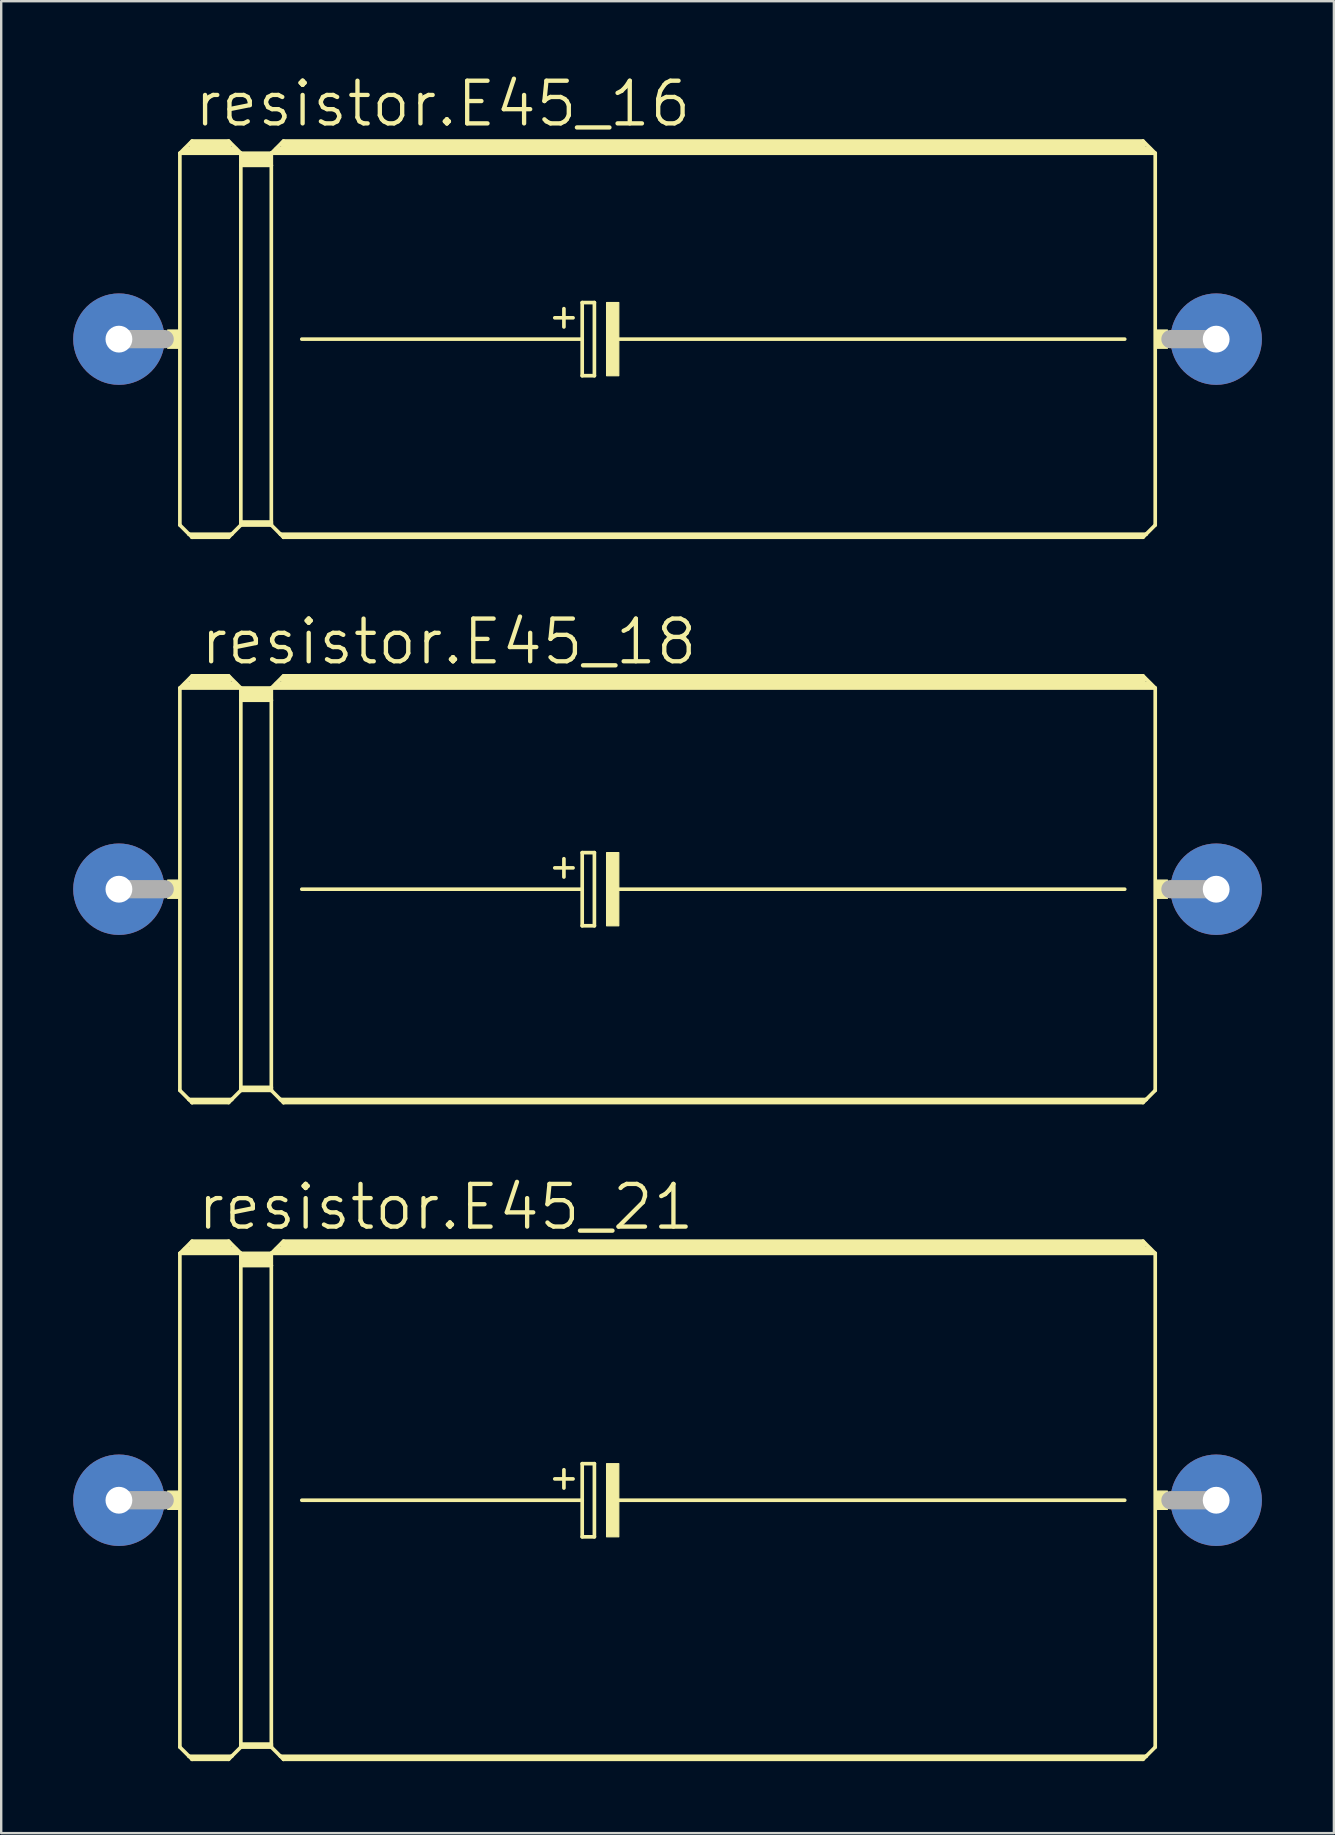
<source format=kicad_pcb>
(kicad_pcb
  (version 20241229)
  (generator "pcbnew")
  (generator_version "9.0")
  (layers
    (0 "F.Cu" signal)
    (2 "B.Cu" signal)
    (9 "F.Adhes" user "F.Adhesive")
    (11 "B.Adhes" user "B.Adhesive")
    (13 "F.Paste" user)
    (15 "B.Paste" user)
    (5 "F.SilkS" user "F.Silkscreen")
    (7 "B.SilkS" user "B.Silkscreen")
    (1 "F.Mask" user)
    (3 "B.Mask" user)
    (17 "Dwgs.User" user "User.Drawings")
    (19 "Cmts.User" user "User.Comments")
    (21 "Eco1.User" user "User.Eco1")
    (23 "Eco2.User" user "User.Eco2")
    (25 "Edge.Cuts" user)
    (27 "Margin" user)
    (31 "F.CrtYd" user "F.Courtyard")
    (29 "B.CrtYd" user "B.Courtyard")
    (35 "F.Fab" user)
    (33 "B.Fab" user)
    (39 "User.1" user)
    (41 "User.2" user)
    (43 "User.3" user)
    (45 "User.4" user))
  (footprint "resistor.E45_18"
    (layer "F.Cu")
    (at 24.765 34.001)
    (property "Reference" "resistor.E45_18" (at -19.558 -9.271 0) (layer "F.SilkS") (effects (font (size 1.778 1.778) (thickness 0.18)) (justify left bottom)))
    (attr through_hole)
    (fp_line (start -20.32 -8.382) (end -20.32 8.382) (stroke (width 0.152) (type default)) (layer "F.SilkS"))
    (fp_line (start -20.32 -8.382) (end -19.812 -8.89) (stroke (width 0.152) (type default)) (layer "F.SilkS"))
    (fp_line (start -20.32 -8.382) (end -17.78 -8.382) (stroke (width 0.152) (type default)) (layer "F.SilkS"))
    (fp_line (start -20.32 8.382) (end -19.939 8.763) (stroke (width 0.152) (type default)) (layer "F.SilkS"))
    (fp_line (start -20.066 -8.509) (end -18.034 -8.509) (stroke (width 0.305) (type default)) (layer "F.SilkS"))
    (fp_line (start -19.939 8.763) (end -19.812 8.89) (stroke (width 0.152) (type default)) (layer "F.SilkS"))
    (fp_line (start -19.939 8.763) (end -18.161 8.763) (stroke (width 0.152) (type default)) (layer "F.SilkS"))
    (fp_line (start -19.812 -8.89) (end -18.288 -8.89) (stroke (width 0.152) (type default)) (layer "F.SilkS"))
    (fp_line (start -19.812 -8.763) (end -18.288 -8.763) (stroke (width 0.305) (type default)) (layer "F.SilkS"))
    (fp_line (start -19.812 8.839) (end -18.288 8.839) (stroke (width 0.152) (type default)) (layer "F.SilkS"))
    (fp_line (start -19.812 8.89) (end -19.812 8.839) (stroke (width 0.152) (type default)) (layer "F.SilkS"))
    (fp_line (start -19.812 8.89) (end -18.288 8.89) (stroke (width 0.152) (type default)) (layer "F.SilkS"))
    (fp_line (start -18.288 -8.89) (end -17.78 -8.382) (stroke (width 0.152) (type default)) (layer "F.SilkS"))
    (fp_line (start -18.288 8.89) (end -18.161 8.763) (stroke (width 0.152) (type default)) (layer "F.SilkS"))
    (fp_line (start -18.161 8.763) (end -17.78 8.382) (stroke (width 0.152) (type default)) (layer "F.SilkS"))
    (fp_line (start -17.78 -8.382) (end -16.51 -8.382) (stroke (width 0.152) (type default)) (layer "F.SilkS"))
    (fp_line (start -17.78 -7.874) (end -17.78 -8.382) (stroke (width 0.152) (type default)) (layer "F.SilkS"))
    (fp_line (start -17.78 -7.874) (end -16.51 -7.874) (stroke (width 0.152) (type default)) (layer "F.SilkS"))
    (fp_line (start -17.78 8.255) (end -17.78 -7.874) (stroke (width 0.152) (type default)) (layer "F.SilkS"))
    (fp_line (start -17.78 8.255) (end -16.51 8.255) (stroke (width 0.152) (type default)) (layer "F.SilkS"))
    (fp_line (start -17.78 8.331) (end -17.78 8.255) (stroke (width 0.152) (type default)) (layer "F.SilkS"))
    (fp_line (start -17.78 8.331) (end -16.51 8.331) (stroke (width 0.152) (type default)) (layer "F.SilkS"))
    (fp_line (start -17.78 8.382) (end -17.78 8.331) (stroke (width 0.152) (type default)) (layer "F.SilkS"))
    (fp_line (start -17.78 8.382) (end -16.51 8.382) (stroke (width 0.152) (type default)) (layer "F.SilkS"))
    (fp_line (start -17.653 -8.255) (end -16.637 -8.255) (stroke (width 0.305) (type default)) (layer "F.SilkS"))
    (fp_line (start -17.653 -8.001) (end -16.637 -8.001) (stroke (width 0.305) (type default)) (layer "F.SilkS"))
    (fp_line (start -16.51 -8.382) (end -16.002 -8.89) (stroke (width 0.152) (type default)) (layer "F.SilkS"))
    (fp_line (start -16.51 -8.382) (end 20.32 -8.382) (stroke (width 0.152) (type default)) (layer "F.SilkS"))
    (fp_line (start -16.51 -7.874) (end -16.51 -8.382) (stroke (width 0.152) (type default)) (layer "F.SilkS"))
    (fp_line (start -16.51 8.255) (end -16.51 -7.874) (stroke (width 0.152) (type default)) (layer "F.SilkS"))
    (fp_line (start -16.51 8.331) (end -16.51 8.255) (stroke (width 0.152) (type default)) (layer "F.SilkS"))
    (fp_line (start -16.51 8.382) (end -16.51 8.331) (stroke (width 0.152) (type default)) (layer "F.SilkS"))
    (fp_line (start -16.51 8.382) (end -16.129 8.763) (stroke (width 0.152) (type default)) (layer "F.SilkS"))
    (fp_line (start -16.256 -8.509) (end 20.066 -8.509) (stroke (width 0.305) (type default)) (layer "F.SilkS"))
    (fp_line (start -16.129 8.763) (end -16.002 8.89) (stroke (width 0.152) (type default)) (layer "F.SilkS"))
    (fp_line (start -16.129 8.763) (end 19.939 8.763) (stroke (width 0.152) (type default)) (layer "F.SilkS"))
    (fp_line (start -16.002 -8.89) (end 19.812 -8.89) (stroke (width 0.152) (type default)) (layer "F.SilkS"))
    (fp_line (start -16.002 -8.763) (end 19.812 -8.763) (stroke (width 0.305) (type default)) (layer "F.SilkS"))
    (fp_line (start -16.002 8.839) (end 19.812 8.839) (stroke (width 0.152) (type default)) (layer "F.SilkS"))
    (fp_line (start -16.002 8.89) (end -16.002 8.839) (stroke (width 0.152) (type default)) (layer "F.SilkS"))
    (fp_line (start -16.002 8.89) (end 19.812 8.89) (stroke (width 0.152) (type default)) (layer "F.SilkS"))
    (fp_line (start -15.24 0) (end -3.556 0) (stroke (width 0.152) (type default)) (layer "F.SilkS"))
    (fp_line (start -4.699 -0.889) (end -3.937 -0.889) (stroke (width 0.152) (type default)) (layer "F.SilkS"))
    (fp_line (start -4.318 -1.27) (end -4.318 -0.508) (stroke (width 0.152) (type default)) (layer "F.SilkS"))
    (fp_line (start -3.556 -1.524) (end -3.556 0) (stroke (width 0.152) (type default)) (layer "F.SilkS"))
    (fp_line (start -3.556 0) (end -3.556 1.524) (stroke (width 0.152) (type default)) (layer "F.SilkS"))
    (fp_line (start -3.556 1.524) (end -3.048 1.524) (stroke (width 0.152) (type default)) (layer "F.SilkS"))
    (fp_line (start -3.048 -1.524) (end -3.556 -1.524) (stroke (width 0.152) (type default)) (layer "F.SilkS"))
    (fp_line (start -3.048 1.524) (end -3.048 -1.524) (stroke (width 0.152) (type default)) (layer "F.SilkS"))
    (fp_line (start -2.159 0) (end 19.05 0) (stroke (width 0.152) (type default)) (layer "F.SilkS"))
    (fp_line (start 19.812 -8.89) (end 20.32 -8.382) (stroke (width 0.152) (type default)) (layer "F.SilkS"))
    (fp_line (start 19.812 8.89) (end 19.939 8.763) (stroke (width 0.152) (type default)) (layer "F.SilkS"))
    (fp_line (start 19.939 8.763) (end 20.32 8.382) (stroke (width 0.152) (type default)) (layer "F.SilkS"))
    (fp_line (start 20.32 -8.382) (end 20.32 8.382) (stroke (width 0.152) (type default)) (layer "F.SilkS"))
    (fp_rect (start -20.828 0.381) (end -20.32 -0.381) (stroke (width 0.05) (type default)) (fill yes) (layer "F.SilkS"))
    (fp_rect (start -2.54 1.524) (end -2.032 -1.524) (stroke (width 0.05) (type default)) (fill yes) (layer "F.SilkS"))
    (fp_rect (start 20.32 0.381) (end 20.828 -0.381) (stroke (width 0.05) (type default)) (fill yes) (layer "F.SilkS"))
    (fp_line (start -22.86 0) (end -20.955 0) (stroke (width 0.762) (type default)) (layer "F.Fab"))
    (fp_line (start 22.86 0) (end 20.955 0) (stroke (width 0.762) (type default)) (layer "F.Fab"))
    (pad "+" thru_hole circle (at -22.86 0) (size 3.81 3.81) (drill 1.118) (layers "*.Cu" "*.Mask"))
    (pad "-" thru_hole circle (at 22.86 0) (size 3.81 3.81) (drill 1.118) (layers "*.Cu" "*.Mask")))
  (footprint "resistor.E45_21"
    (layer "F.Cu")
    (at 24.765 59.461)
    (property "Reference" "resistor.E45_21" (at -19.685 -11.176 0) (layer "F.SilkS") (effects (font (size 1.778 1.778) (thickness 0.18)) (justify left bottom)))
    (attr through_hole)
    (fp_line (start -20.32 -10.287) (end -20.32 10.287) (stroke (width 0.152) (type default)) (layer "F.SilkS"))
    (fp_line (start -20.32 -10.287) (end -19.812 -10.795) (stroke (width 0.152) (type default)) (layer "F.SilkS"))
    (fp_line (start -20.32 -10.287) (end -17.78 -10.287) (stroke (width 0.152) (type default)) (layer "F.SilkS"))
    (fp_line (start -20.32 10.287) (end -19.939 10.668) (stroke (width 0.152) (type default)) (layer "F.SilkS"))
    (fp_line (start -20.066 -10.414) (end -18.034 -10.414) (stroke (width 0.305) (type default)) (layer "F.SilkS"))
    (fp_line (start -19.939 10.668) (end -19.812 10.795) (stroke (width 0.152) (type default)) (layer "F.SilkS"))
    (fp_line (start -19.939 10.668) (end -18.161 10.668) (stroke (width 0.152) (type default)) (layer "F.SilkS"))
    (fp_line (start -19.812 -10.795) (end -18.288 -10.795) (stroke (width 0.152) (type default)) (layer "F.SilkS"))
    (fp_line (start -19.812 -10.668) (end -18.288 -10.668) (stroke (width 0.305) (type default)) (layer "F.SilkS"))
    (fp_line (start -19.812 10.744) (end -18.288 10.744) (stroke (width 0.152) (type default)) (layer "F.SilkS"))
    (fp_line (start -19.812 10.795) (end -19.812 10.744) (stroke (width 0.152) (type default)) (layer "F.SilkS"))
    (fp_line (start -19.812 10.795) (end -18.288 10.795) (stroke (width 0.152) (type default)) (layer "F.SilkS"))
    (fp_line (start -18.288 -10.795) (end -17.78 -10.287) (stroke (width 0.152) (type default)) (layer "F.SilkS"))
    (fp_line (start -18.288 10.795) (end -18.161 10.668) (stroke (width 0.152) (type default)) (layer "F.SilkS"))
    (fp_line (start -18.161 10.668) (end -17.78 10.287) (stroke (width 0.152) (type default)) (layer "F.SilkS"))
    (fp_line (start -17.78 -10.287) (end -16.51 -10.287) (stroke (width 0.152) (type default)) (layer "F.SilkS"))
    (fp_line (start -17.78 -9.779) (end -17.78 -10.287) (stroke (width 0.152) (type default)) (layer "F.SilkS"))
    (fp_line (start -17.78 -9.779) (end -16.51 -9.779) (stroke (width 0.152) (type default)) (layer "F.SilkS"))
    (fp_line (start -17.78 10.16) (end -17.78 -9.779) (stroke (width 0.152) (type default)) (layer "F.SilkS"))
    (fp_line (start -17.78 10.16) (end -16.51 10.16) (stroke (width 0.152) (type default)) (layer "F.SilkS"))
    (fp_line (start -17.78 10.236) (end -17.78 10.16) (stroke (width 0.152) (type default)) (layer "F.SilkS"))
    (fp_line (start -17.78 10.236) (end -16.51 10.236) (stroke (width 0.152) (type default)) (layer "F.SilkS"))
    (fp_line (start -17.78 10.287) (end -17.78 10.236) (stroke (width 0.152) (type default)) (layer "F.SilkS"))
    (fp_line (start -17.78 10.287) (end -16.51 10.287) (stroke (width 0.152) (type default)) (layer "F.SilkS"))
    (fp_line (start -17.653 -10.16) (end -16.637 -10.16) (stroke (width 0.305) (type default)) (layer "F.SilkS"))
    (fp_line (start -17.653 -9.906) (end -16.637 -9.906) (stroke (width 0.305) (type default)) (layer "F.SilkS"))
    (fp_line (start -16.51 -10.287) (end -16.002 -10.795) (stroke (width 0.152) (type default)) (layer "F.SilkS"))
    (fp_line (start -16.51 -10.287) (end 20.32 -10.287) (stroke (width 0.152) (type default)) (layer "F.SilkS"))
    (fp_line (start -16.51 -9.779) (end -16.51 -10.287) (stroke (width 0.152) (type default)) (layer "F.SilkS"))
    (fp_line (start -16.51 10.16) (end -16.51 -9.779) (stroke (width 0.152) (type default)) (layer "F.SilkS"))
    (fp_line (start -16.51 10.236) (end -16.51 10.16) (stroke (width 0.152) (type default)) (layer "F.SilkS"))
    (fp_line (start -16.51 10.287) (end -16.51 10.236) (stroke (width 0.152) (type default)) (layer "F.SilkS"))
    (fp_line (start -16.51 10.287) (end -16.129 10.668) (stroke (width 0.152) (type default)) (layer "F.SilkS"))
    (fp_line (start -16.256 -10.414) (end 20.066 -10.414) (stroke (width 0.305) (type default)) (layer "F.SilkS"))
    (fp_line (start -16.129 10.668) (end -16.002 10.795) (stroke (width 0.152) (type default)) (layer "F.SilkS"))
    (fp_line (start -16.129 10.668) (end 19.939 10.668) (stroke (width 0.152) (type default)) (layer "F.SilkS"))
    (fp_line (start -16.002 -10.795) (end 19.812 -10.795) (stroke (width 0.152) (type default)) (layer "F.SilkS"))
    (fp_line (start -16.002 -10.668) (end 19.812 -10.668) (stroke (width 0.305) (type default)) (layer "F.SilkS"))
    (fp_line (start -16.002 10.744) (end 19.812 10.744) (stroke (width 0.152) (type default)) (layer "F.SilkS"))
    (fp_line (start -16.002 10.795) (end -16.002 10.744) (stroke (width 0.152) (type default)) (layer "F.SilkS"))
    (fp_line (start -16.002 10.795) (end 19.812 10.795) (stroke (width 0.152) (type default)) (layer "F.SilkS"))
    (fp_line (start -15.24 0) (end -3.556 0) (stroke (width 0.152) (type default)) (layer "F.SilkS"))
    (fp_line (start -4.699 -0.889) (end -3.937 -0.889) (stroke (width 0.152) (type default)) (layer "F.SilkS"))
    (fp_line (start -4.318 -1.27) (end -4.318 -0.508) (stroke (width 0.152) (type default)) (layer "F.SilkS"))
    (fp_line (start -3.556 -1.524) (end -3.556 0) (stroke (width 0.152) (type default)) (layer "F.SilkS"))
    (fp_line (start -3.556 0) (end -3.556 1.524) (stroke (width 0.152) (type default)) (layer "F.SilkS"))
    (fp_line (start -3.556 1.524) (end -3.048 1.524) (stroke (width 0.152) (type default)) (layer "F.SilkS"))
    (fp_line (start -3.048 -1.524) (end -3.556 -1.524) (stroke (width 0.152) (type default)) (layer "F.SilkS"))
    (fp_line (start -3.048 1.524) (end -3.048 -1.524) (stroke (width 0.152) (type default)) (layer "F.SilkS"))
    (fp_line (start -2.159 0) (end 19.05 0) (stroke (width 0.152) (type default)) (layer "F.SilkS"))
    (fp_line (start 19.812 -10.795) (end 20.32 -10.287) (stroke (width 0.152) (type default)) (layer "F.SilkS"))
    (fp_line (start 19.812 10.795) (end 19.939 10.668) (stroke (width 0.152) (type default)) (layer "F.SilkS"))
    (fp_line (start 19.939 10.668) (end 20.32 10.287) (stroke (width 0.152) (type default)) (layer "F.SilkS"))
    (fp_line (start 20.32 -10.287) (end 20.32 10.287) (stroke (width 0.152) (type default)) (layer "F.SilkS"))
    (fp_rect (start -20.828 0.381) (end -20.32 -0.381) (stroke (width 0.05) (type default)) (fill yes) (layer "F.SilkS"))
    (fp_rect (start -2.54 1.524) (end -2.032 -1.524) (stroke (width 0.05) (type default)) (fill yes) (layer "F.SilkS"))
    (fp_rect (start 20.32 0.381) (end 20.828 -0.381) (stroke (width 0.05) (type default)) (fill yes) (layer "F.SilkS"))
    (fp_line (start -22.86 0) (end -20.955 0) (stroke (width 0.762) (type default)) (layer "F.Fab"))
    (fp_line (start 22.86 0) (end 20.955 0) (stroke (width 0.762) (type default)) (layer "F.Fab"))
    (pad "+" thru_hole circle (at -22.86 0) (size 3.81 3.81) (drill 1.118) (layers "*.Cu" "*.Mask"))
    (pad "-" thru_hole circle (at 22.86 0) (size 3.81 3.81) (drill 1.118) (layers "*.Cu" "*.Mask")))
  (footprint "resistor.E45_16"
    (layer "F.Cu")
    (at 24.765 11.081)
    (property "Reference" "resistor.E45_16" (at -19.812 -8.763 0) (layer "F.SilkS") (effects (font (size 1.778 1.778) (thickness 0.18)) (justify left bottom)))
    (attr through_hole)
    (fp_line (start -20.32 -7.747) (end -20.32 7.747) (stroke (width 0.152) (type default)) (layer "F.SilkS"))
    (fp_line (start -20.32 -7.747) (end -19.812 -8.255) (stroke (width 0.152) (type default)) (layer "F.SilkS"))
    (fp_line (start -20.32 -7.747) (end -17.78 -7.747) (stroke (width 0.152) (type default)) (layer "F.SilkS"))
    (fp_line (start -20.32 7.747) (end -19.939 8.128) (stroke (width 0.152) (type default)) (layer "F.SilkS"))
    (fp_line (start -20.066 -7.874) (end -18.034 -7.874) (stroke (width 0.305) (type default)) (layer "F.SilkS"))
    (fp_line (start -19.939 8.128) (end -19.812 8.255) (stroke (width 0.152) (type default)) (layer "F.SilkS"))
    (fp_line (start -19.939 8.128) (end -18.161 8.128) (stroke (width 0.152) (type default)) (layer "F.SilkS"))
    (fp_line (start -19.812 -8.255) (end -18.288 -8.255) (stroke (width 0.152) (type default)) (layer "F.SilkS"))
    (fp_line (start -19.812 -8.128) (end -18.288 -8.128) (stroke (width 0.305) (type default)) (layer "F.SilkS"))
    (fp_line (start -19.812 8.204) (end -18.288 8.204) (stroke (width 0.152) (type default)) (layer "F.SilkS"))
    (fp_line (start -19.812 8.255) (end -19.812 8.204) (stroke (width 0.152) (type default)) (layer "F.SilkS"))
    (fp_line (start -19.812 8.255) (end -18.288 8.255) (stroke (width 0.152) (type default)) (layer "F.SilkS"))
    (fp_line (start -18.288 -8.255) (end -17.78 -7.747) (stroke (width 0.152) (type default)) (layer "F.SilkS"))
    (fp_line (start -18.288 8.255) (end -18.161 8.128) (stroke (width 0.152) (type default)) (layer "F.SilkS"))
    (fp_line (start -18.161 8.128) (end -17.78 7.747) (stroke (width 0.152) (type default)) (layer "F.SilkS"))
    (fp_line (start -17.78 -7.747) (end -16.51 -7.747) (stroke (width 0.152) (type default)) (layer "F.SilkS"))
    (fp_line (start -17.78 -7.239) (end -17.78 -7.747) (stroke (width 0.152) (type default)) (layer "F.SilkS"))
    (fp_line (start -17.78 -7.239) (end -16.51 -7.239) (stroke (width 0.152) (type default)) (layer "F.SilkS"))
    (fp_line (start -17.78 7.62) (end -17.78 -7.239) (stroke (width 0.152) (type default)) (layer "F.SilkS"))
    (fp_line (start -17.78 7.62) (end -16.51 7.62) (stroke (width 0.152) (type default)) (layer "F.SilkS"))
    (fp_line (start -17.78 7.696) (end -17.78 7.62) (stroke (width 0.152) (type default)) (layer "F.SilkS"))
    (fp_line (start -17.78 7.696) (end -16.51 7.696) (stroke (width 0.152) (type default)) (layer "F.SilkS"))
    (fp_line (start -17.78 7.747) (end -17.78 7.696) (stroke (width 0.152) (type default)) (layer "F.SilkS"))
    (fp_line (start -17.78 7.747) (end -16.51 7.747) (stroke (width 0.152) (type default)) (layer "F.SilkS"))
    (fp_line (start -17.653 -7.62) (end -16.637 -7.62) (stroke (width 0.305) (type default)) (layer "F.SilkS"))
    (fp_line (start -17.653 -7.366) (end -16.637 -7.366) (stroke (width 0.305) (type default)) (layer "F.SilkS"))
    (fp_line (start -16.51 -7.747) (end -16.002 -8.255) (stroke (width 0.152) (type default)) (layer "F.SilkS"))
    (fp_line (start -16.51 -7.747) (end 20.32 -7.747) (stroke (width 0.152) (type default)) (layer "F.SilkS"))
    (fp_line (start -16.51 -7.239) (end -16.51 -7.747) (stroke (width 0.152) (type default)) (layer "F.SilkS"))
    (fp_line (start -16.51 7.62) (end -16.51 -7.239) (stroke (width 0.152) (type default)) (layer "F.SilkS"))
    (fp_line (start -16.51 7.696) (end -16.51 7.62) (stroke (width 0.152) (type default)) (layer "F.SilkS"))
    (fp_line (start -16.51 7.747) (end -16.51 7.696) (stroke (width 0.152) (type default)) (layer "F.SilkS"))
    (fp_line (start -16.51 7.747) (end -16.129 8.128) (stroke (width 0.152) (type default)) (layer "F.SilkS"))
    (fp_line (start -16.256 -7.874) (end 20.066 -7.874) (stroke (width 0.305) (type default)) (layer "F.SilkS"))
    (fp_line (start -16.129 8.128) (end -16.002 8.255) (stroke (width 0.152) (type default)) (layer "F.SilkS"))
    (fp_line (start -16.129 8.128) (end 19.939 8.128) (stroke (width 0.152) (type default)) (layer "F.SilkS"))
    (fp_line (start -16.002 -8.255) (end 19.812 -8.255) (stroke (width 0.152) (type default)) (layer "F.SilkS"))
    (fp_line (start -16.002 -8.128) (end 19.812 -8.128) (stroke (width 0.305) (type default)) (layer "F.SilkS"))
    (fp_line (start -16.002 8.204) (end 19.812 8.204) (stroke (width 0.152) (type default)) (layer "F.SilkS"))
    (fp_line (start -16.002 8.255) (end -16.002 8.204) (stroke (width 0.152) (type default)) (layer "F.SilkS"))
    (fp_line (start -16.002 8.255) (end 19.812 8.255) (stroke (width 0.152) (type default)) (layer "F.SilkS"))
    (fp_line (start -15.24 0) (end -3.556 0) (stroke (width 0.152) (type default)) (layer "F.SilkS"))
    (fp_line (start -4.699 -0.889) (end -3.937 -0.889) (stroke (width 0.152) (type default)) (layer "F.SilkS"))
    (fp_line (start -4.318 -1.27) (end -4.318 -0.508) (stroke (width 0.152) (type default)) (layer "F.SilkS"))
    (fp_line (start -3.556 -1.524) (end -3.556 0) (stroke (width 0.152) (type default)) (layer "F.SilkS"))
    (fp_line (start -3.556 0) (end -3.556 1.524) (stroke (width 0.152) (type default)) (layer "F.SilkS"))
    (fp_line (start -3.556 1.524) (end -3.048 1.524) (stroke (width 0.152) (type default)) (layer "F.SilkS"))
    (fp_line (start -3.048 -1.524) (end -3.556 -1.524) (stroke (width 0.152) (type default)) (layer "F.SilkS"))
    (fp_line (start -3.048 1.524) (end -3.048 -1.524) (stroke (width 0.152) (type default)) (layer "F.SilkS"))
    (fp_line (start -2.159 0) (end 19.05 0) (stroke (width 0.152) (type default)) (layer "F.SilkS"))
    (fp_line (start 19.812 -8.255) (end 20.32 -7.747) (stroke (width 0.152) (type default)) (layer "F.SilkS"))
    (fp_line (start 19.812 8.255) (end 19.939 8.128) (stroke (width 0.152) (type default)) (layer "F.SilkS"))
    (fp_line (start 19.939 8.128) (end 20.32 7.747) (stroke (width 0.152) (type default)) (layer "F.SilkS"))
    (fp_line (start 20.32 -7.747) (end 20.32 7.747) (stroke (width 0.152) (type default)) (layer "F.SilkS"))
    (fp_rect (start -20.828 0.381) (end -20.32 -0.381) (stroke (width 0.05) (type default)) (fill yes) (layer "F.SilkS"))
    (fp_rect (start -2.54 1.524) (end -2.032 -1.524) (stroke (width 0.05) (type default)) (fill yes) (layer "F.SilkS"))
    (fp_rect (start 20.32 0.381) (end 20.828 -0.381) (stroke (width 0.05) (type default)) (fill yes) (layer "F.SilkS"))
    (fp_line (start -22.86 0) (end -20.955 0) (stroke (width 0.762) (type default)) (layer "F.Fab"))
    (fp_line (start 22.86 0) (end 20.955 0) (stroke (width 0.762) (type default)) (layer "F.Fab"))
    (pad "+" thru_hole circle (at -22.86 0) (size 3.81 3.81) (drill 1.118) (layers "*.Cu" "*.Mask"))
    (pad "-" thru_hole circle (at 22.86 0) (size 3.81 3.81) (drill 1.118) (layers "*.Cu" "*.Mask")))
  (gr_rect
    (start -3 -3)
    (end 52.53 73.333)
    (stroke (width 0.1) (type default))
    (fill no)
    (layer "Edge.Cuts")))
</source>
